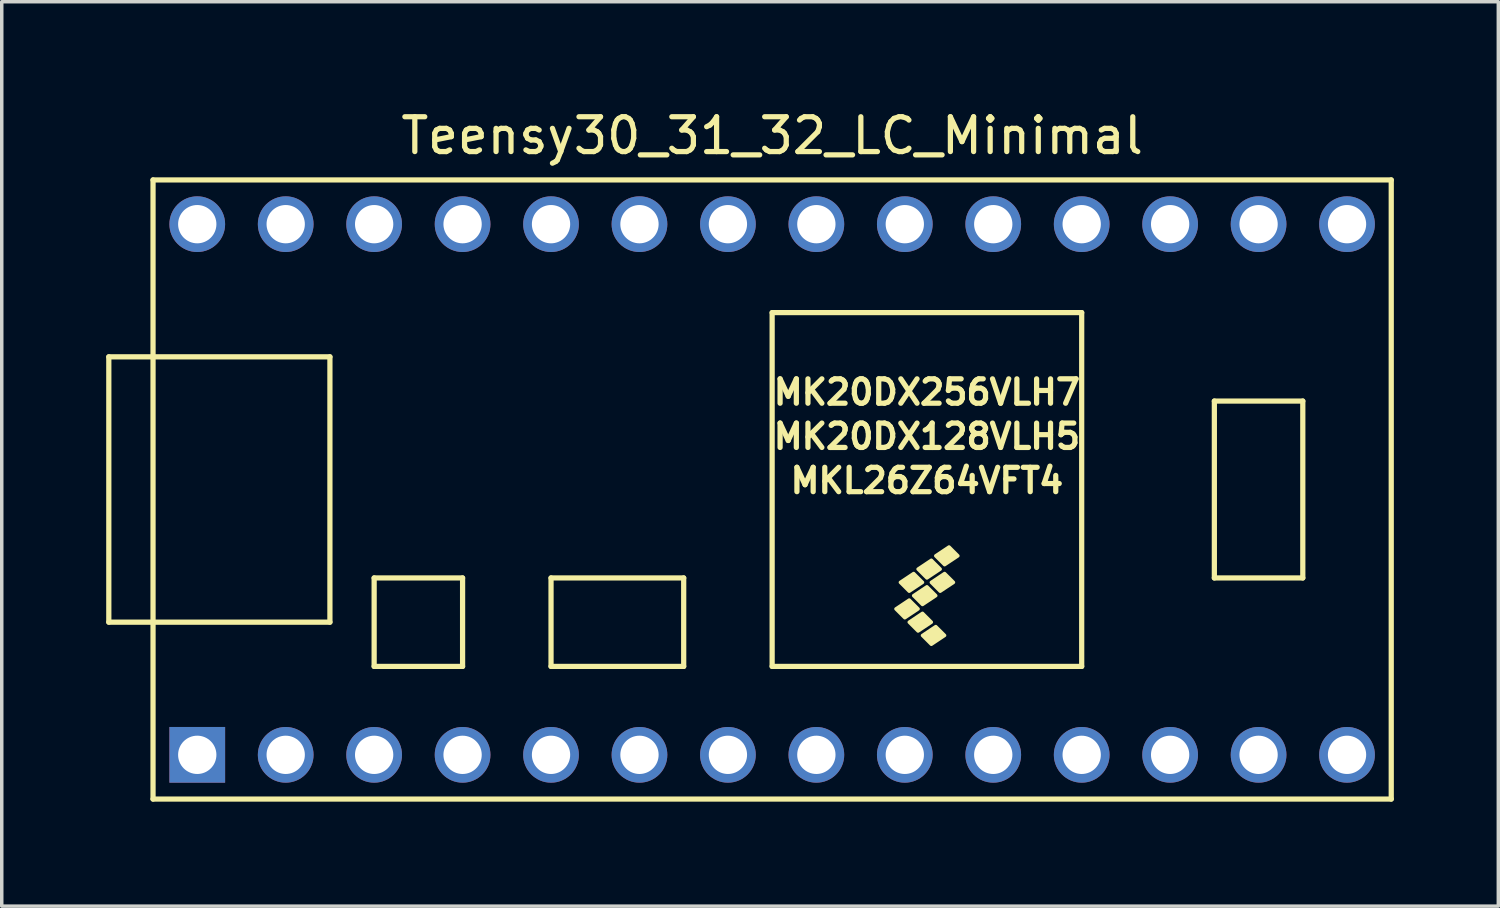
<source format=kicad_pcb>
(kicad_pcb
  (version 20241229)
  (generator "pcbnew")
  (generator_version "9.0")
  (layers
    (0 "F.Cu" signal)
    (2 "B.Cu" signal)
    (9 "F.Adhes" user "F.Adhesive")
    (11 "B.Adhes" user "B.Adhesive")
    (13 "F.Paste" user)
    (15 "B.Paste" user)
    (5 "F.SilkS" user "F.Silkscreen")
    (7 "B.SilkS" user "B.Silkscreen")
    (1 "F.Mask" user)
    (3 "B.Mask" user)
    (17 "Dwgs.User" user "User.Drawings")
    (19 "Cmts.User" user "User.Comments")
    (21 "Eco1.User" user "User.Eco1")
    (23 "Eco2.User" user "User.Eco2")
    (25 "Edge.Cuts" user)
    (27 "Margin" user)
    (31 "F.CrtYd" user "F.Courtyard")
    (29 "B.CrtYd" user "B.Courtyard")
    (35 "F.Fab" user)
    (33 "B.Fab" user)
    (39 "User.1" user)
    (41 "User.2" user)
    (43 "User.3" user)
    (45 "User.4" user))
  (footprint "Teensy30_31_32_LC_Minimal"
    (layer "F.Cu")
    (at 19.125 11.008)
    (property "Reference" "Teensy30_31_32_LC_Minimal" (at 0 -10.16 0) (layer "F.SilkS") (effects (font (size 1 1) (thickness 0.15))))
    (attr through_hole)
    (fp_line (start -19.05 -3.81) (end -17.78 -3.81) (stroke (width 0.15) (type solid)) (layer "F.SilkS"))
    (fp_line (start -19.05 3.81) (end -19.05 -3.81) (stroke (width 0.15) (type solid)) (layer "F.SilkS"))
    (fp_line (start -17.78 -8.89) (end 17.78 -8.89) (stroke (width 0.15) (type solid)) (layer "F.SilkS"))
    (fp_line (start -17.78 3.81) (end -19.05 3.81) (stroke (width 0.15) (type solid)) (layer "F.SilkS"))
    (fp_line (start -17.78 8.89) (end -17.78 -8.89) (stroke (width 0.15) (type solid)) (layer "F.SilkS"))
    (fp_line (start -12.7 -3.81) (end -17.78 -3.81) (stroke (width 0.15) (type solid)) (layer "F.SilkS"))
    (fp_line (start -12.7 3.81) (end -17.78 3.81) (stroke (width 0.15) (type solid)) (layer "F.SilkS"))
    (fp_line (start -12.7 3.81) (end -12.7 -3.81) (stroke (width 0.15) (type solid)) (layer "F.SilkS"))
    (fp_line (start -11.43 2.54) (end -11.43 5.08) (stroke (width 0.15) (type solid)) (layer "F.SilkS"))
    (fp_line (start -11.43 5.08) (end -8.89 5.08) (stroke (width 0.15) (type solid)) (layer "F.SilkS"))
    (fp_line (start -8.89 2.54) (end -11.43 2.54) (stroke (width 0.15) (type solid)) (layer "F.SilkS"))
    (fp_line (start -8.89 5.08) (end -8.89 2.54) (stroke (width 0.15) (type solid)) (layer "F.SilkS"))
    (fp_line (start -6.35 2.54) (end -6.35 5.08) (stroke (width 0.15) (type solid)) (layer "F.SilkS"))
    (fp_line (start -6.35 5.08) (end -2.54 5.08) (stroke (width 0.15) (type solid)) (layer "F.SilkS"))
    (fp_line (start -2.54 2.54) (end -6.35 2.54) (stroke (width 0.15) (type solid)) (layer "F.SilkS"))
    (fp_line (start -2.54 5.08) (end -2.54 2.54) (stroke (width 0.15) (type solid)) (layer "F.SilkS"))
    (fp_line (start 0 -5.08) (end 0 5.08) (stroke (width 0.15) (type solid)) (layer "F.SilkS"))
    (fp_line (start 8.89 -5.08) (end 0 -5.08) (stroke (width 0.15) (type solid)) (layer "F.SilkS"))
    (fp_line (start 8.89 5.08) (end 0 5.08) (stroke (width 0.15) (type solid)) (layer "F.SilkS"))
    (fp_line (start 8.89 5.08) (end 8.89 -5.08) (stroke (width 0.15) (type solid)) (layer "F.SilkS"))
    (fp_line (start 12.7 -2.54) (end 15.24 -2.54) (stroke (width 0.15) (type solid)) (layer "F.SilkS"))
    (fp_line (start 12.7 2.54) (end 12.7 -2.54) (stroke (width 0.15) (type solid)) (layer "F.SilkS"))
    (fp_line (start 15.24 -2.54) (end 15.24 2.54) (stroke (width 0.15) (type solid)) (layer "F.SilkS"))
    (fp_line (start 15.24 2.54) (end 12.7 2.54) (stroke (width 0.15) (type solid)) (layer "F.SilkS"))
    (fp_line (start 17.78 -8.89) (end 17.78 8.89) (stroke (width 0.15) (type solid)) (layer "F.SilkS"))
    (fp_line (start 17.78 8.89) (end -17.78 8.89) (stroke (width 0.15) (type solid)) (layer "F.SilkS"))
    (fp_poly (pts (xy 3.81 3.683) (xy 3.556 3.429) (xy 3.937 3.175) (xy 4.191 3.429)) (stroke (width 0.1) (type solid)) (fill yes) (layer "F.SilkS"))
    (fp_poly (pts (xy 3.937 2.921) (xy 3.683 2.667) (xy 4.064 2.413) (xy 4.318 2.667)) (stroke (width 0.1) (type solid)) (fill yes) (layer "F.SilkS"))
    (fp_poly (pts (xy 4.191 4.064) (xy 3.937 3.81) (xy 4.318 3.556) (xy 4.572 3.81)) (stroke (width 0.1) (type solid)) (fill yes) (layer "F.SilkS"))
    (fp_poly (pts (xy 4.318 3.302) (xy 4.064 3.048) (xy 4.445 2.794) (xy 4.699 3.048)) (stroke (width 0.1) (type solid)) (fill yes) (layer "F.SilkS"))
    (fp_poly (pts (xy 4.445 2.54) (xy 4.191 2.286) (xy 4.572 2.032) (xy 4.826 2.286)) (stroke (width 0.1) (type solid)) (fill yes) (layer "F.SilkS"))
    (fp_poly (pts (xy 4.572 4.445) (xy 4.318 4.191) (xy 4.699 3.937) (xy 4.953 4.191)) (stroke (width 0.1) (type solid)) (fill yes) (layer "F.SilkS"))
    (fp_poly (pts (xy 4.826 2.921) (xy 4.572 2.667) (xy 4.953 2.413) (xy 5.207 2.667)) (stroke (width 0.1) (type solid)) (fill yes) (layer "F.SilkS"))
    (fp_poly (pts (xy 4.953 2.159) (xy 4.699 1.905) (xy 5.08 1.651) (xy 5.334 1.905)) (stroke (width 0.1) (type solid)) (fill yes) (layer "F.SilkS"))
    (fp_text user "MKL26Z64VFT4" (at 4.445 -0.254 0) (layer "F.SilkS") (effects (font (size 0.7 0.7) (thickness 0.15))))
    (fp_text user "MK20DX256VLH7" (at 4.445 -2.794 0) (layer "F.SilkS") (effects (font (size 0.7 0.7) (thickness 0.15))))
    (fp_text user "MK20DX128VLH5" (at 4.445 -1.524 0) (layer "F.SilkS") (effects (font (size 0.7 0.7) (thickness 0.15))))
    (pad "1" thru_hole rect (at -16.51 7.62) (size 1.6 1.6) (drill 1.1) (layers "*.Cu" "*.Mask"))
    (pad "2" thru_hole circle (at -13.97 7.62) (size 1.6 1.6) (drill 1.1) (layers "*.Cu" "*.Mask"))
    (pad "3" thru_hole circle (at -11.43 7.62) (size 1.6 1.6) (drill 1.1) (layers "*.Cu" "*.Mask"))
    (pad "4" thru_hole circle (at -8.89 7.62) (size 1.6 1.6) (drill 1.1) (layers "*.Cu" "*.Mask"))
    (pad "5" thru_hole circle (at -6.35 7.62) (size 1.6 1.6) (drill 1.1) (layers "*.Cu" "*.Mask"))
    (pad "6" thru_hole circle (at -3.81 7.62) (size 1.6 1.6) (drill 1.1) (layers "*.Cu" "*.Mask"))
    (pad "7" thru_hole circle (at -1.27 7.62) (size 1.6 1.6) (drill 1.1) (layers "*.Cu" "*.Mask"))
    (pad "8" thru_hole circle (at 1.27 7.62) (size 1.6 1.6) (drill 1.1) (layers "*.Cu" "*.Mask"))
    (pad "9" thru_hole circle (at 3.81 7.62) (size 1.6 1.6) (drill 1.1) (layers "*.Cu" "*.Mask"))
    (pad "10" thru_hole circle (at 6.35 7.62) (size 1.6 1.6) (drill 1.1) (layers "*.Cu" "*.Mask"))
    (pad "11" thru_hole circle (at 8.89 7.62) (size 1.6 1.6) (drill 1.1) (layers "*.Cu" "*.Mask"))
    (pad "12" thru_hole circle (at 11.43 7.62) (size 1.6 1.6) (drill 1.1) (layers "*.Cu" "*.Mask"))
    (pad "13" thru_hole circle (at 13.97 7.62) (size 1.6 1.6) (drill 1.1) (layers "*.Cu" "*.Mask"))
    (pad "14" thru_hole circle (at 16.51 7.62) (size 1.6 1.6) (drill 1.1) (layers "*.Cu" "*.Mask"))
    (pad "20" thru_hole circle (at 16.51 -7.62) (size 1.6 1.6) (drill 1.1) (layers "*.Cu" "*.Mask"))
    (pad "21" thru_hole circle (at 13.97 -7.62) (size 1.6 1.6) (drill 1.1) (layers "*.Cu" "*.Mask"))
    (pad "22" thru_hole circle (at 11.43 -7.62) (size 1.6 1.6) (drill 1.1) (layers "*.Cu" "*.Mask"))
    (pad "23" thru_hole circle (at 8.89 -7.62) (size 1.6 1.6) (drill 1.1) (layers "*.Cu" "*.Mask"))
    (pad "24" thru_hole circle (at 6.35 -7.62) (size 1.6 1.6) (drill 1.1) (layers "*.Cu" "*.Mask"))
    (pad "25" thru_hole circle (at 3.81 -7.62) (size 1.6 1.6) (drill 1.1) (layers "*.Cu" "*.Mask"))
    (pad "26" thru_hole circle (at 1.27 -7.62) (size 1.6 1.6) (drill 1.1) (layers "*.Cu" "*.Mask"))
    (pad "27" thru_hole circle (at -1.27 -7.62) (size 1.6 1.6) (drill 1.1) (layers "*.Cu" "*.Mask"))
    (pad "28" thru_hole circle (at -3.81 -7.62) (size 1.6 1.6) (drill 1.1) (layers "*.Cu" "*.Mask"))
    (pad "29" thru_hole circle (at -6.35 -7.62) (size 1.6 1.6) (drill 1.1) (layers "*.Cu" "*.Mask"))
    (pad "30" thru_hole circle (at -8.89 -7.62) (size 1.6 1.6) (drill 1.1) (layers "*.Cu" "*.Mask"))
    (pad "31" thru_hole circle (at -11.43 -7.62) (size 1.6 1.6) (drill 1.1) (layers "*.Cu" "*.Mask"))
    (pad "32" thru_hole circle (at -13.97 -7.62) (size 1.6 1.6) (drill 1.1) (layers "*.Cu" "*.Mask"))
    (pad "33" thru_hole circle (at -16.51 -7.62) (size 1.6 1.6) (drill 1.1) (layers "*.Cu" "*.Mask")))
  (gr_rect
    (start -3 -3)
    (end 39.98 22.973)
    (stroke (width 0.1) (type default))
    (fill no)
    (layer "Edge.Cuts")))
</source>
